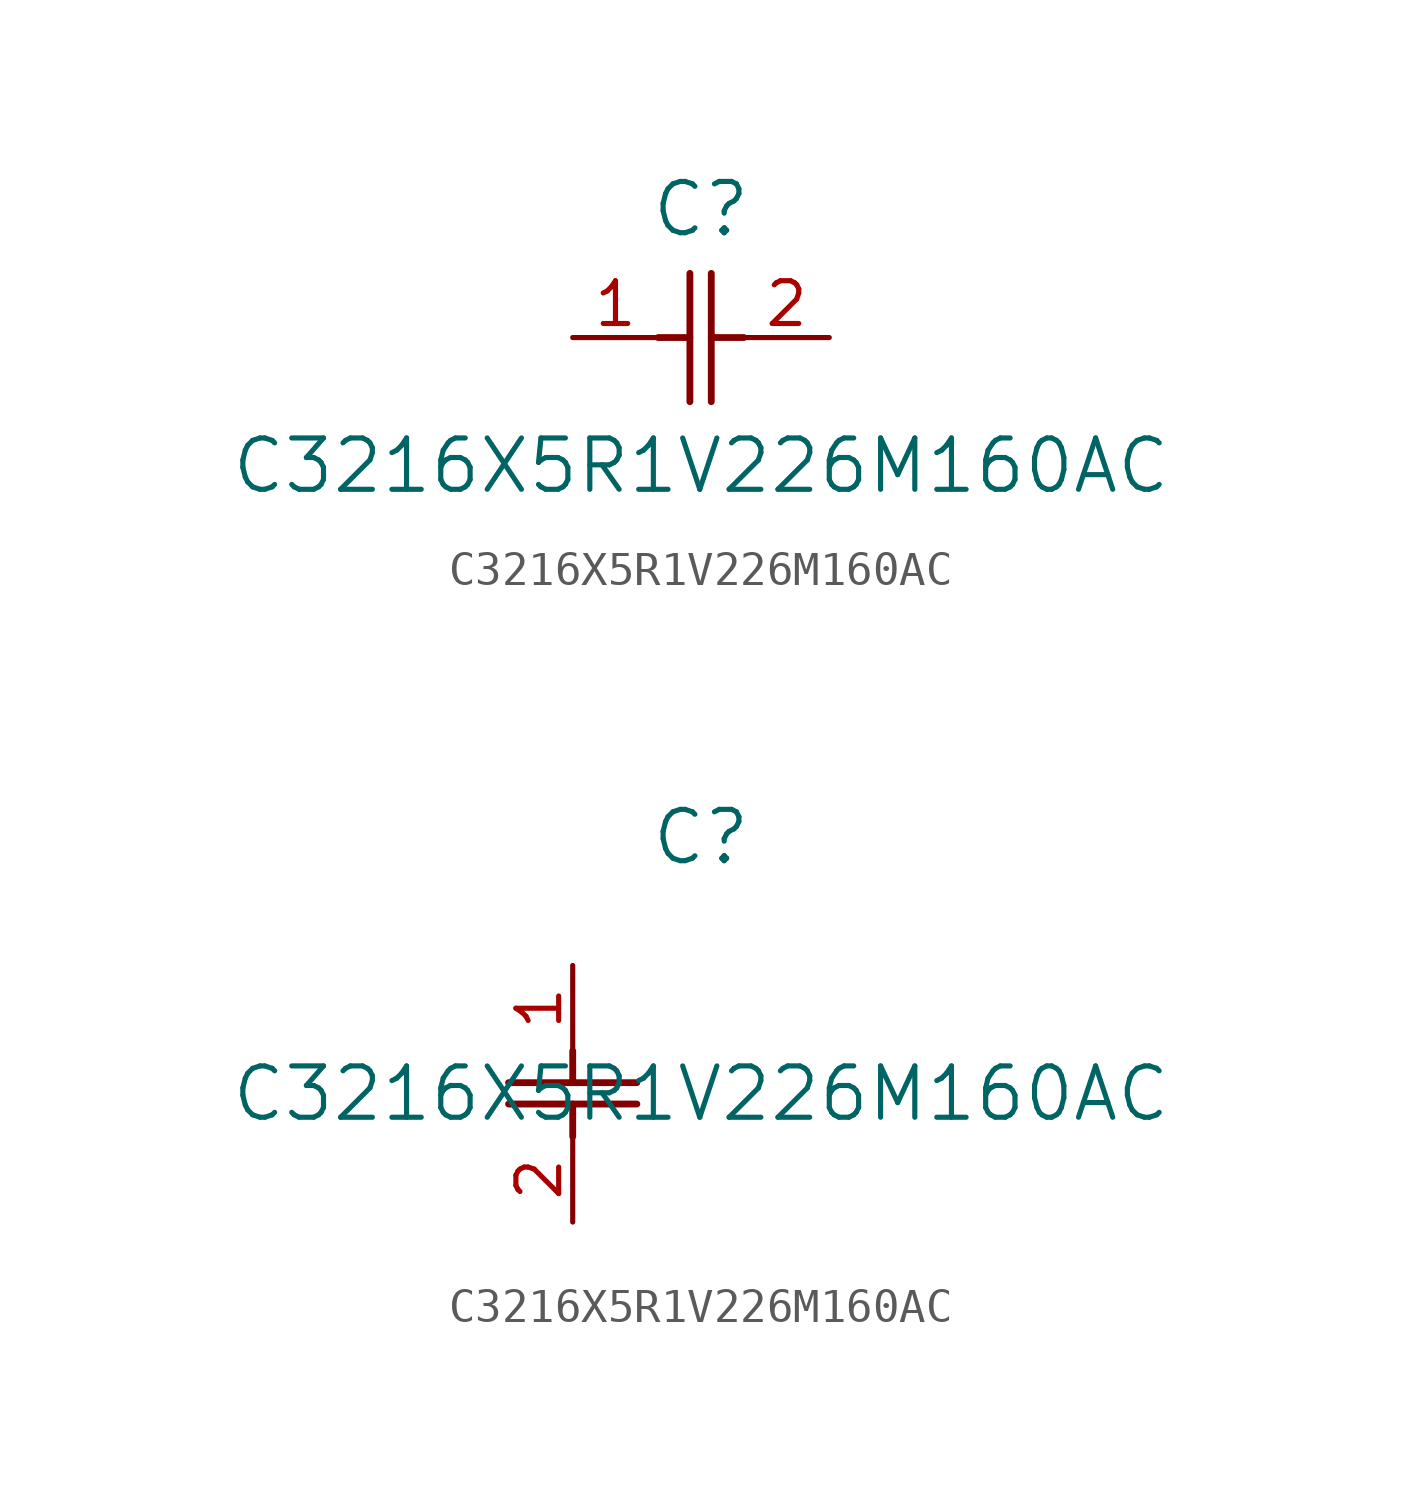
<source format=kicad_sym>
(kicad_symbol_lib
  (version 20211014)
  (generator kicad_symbol_editor)
  (symbol "C3216X5R1V226M160AC"
    (pin_names
      (offset 0.254))
    (property "Reference" "C"
      (at 3.81 3.81 0)
      (effects (font (size 1.524 1.524))))
    (property "Value" "C3216X5R1V226M160AC"
      (at 3.81 -3.81 0)
      (effects (font (size 1.524 1.524))))
    (symbol "C3216X5R1V226M160AC_1_1"
      (polyline (pts (xy 3.48 -1.905) (xy 3.48 1.905)) (stroke (width 0.203) (type default) (color 0 0 0 0)) (fill (type none)))
      (polyline (pts (xy 4.115 -1.905) (xy 4.115 1.905)) (stroke (width 0.203) (type default) (color 0 0 0 0)) (fill (type none)))
      (polyline (pts (xy 4.115 0) (xy 5.08 0)) (stroke (width 0.203) (type default) (color 0 0 0 0)) (fill (type none)))
      (polyline (pts (xy 2.54 0) (xy 3.48 0)) (stroke (width 0.203) (type default) (color 0 0 0 0)) (fill (type none)))
      (pin unspecified line (at 0 0 0) (length 2.54) (name "" (effects (font (size 1.27 1.27)))) (number "1" (effects (font (size 1.27 1.27)))))
      (pin unspecified line (at 7.62 0 180) (length 2.54) (name "" (effects (font (size 1.27 1.27)))) (number "2" (effects (font (size 1.27 1.27))))))
    (symbol "C3216X5R1V226M160AC_1_2"
      (polyline (pts (xy -1.905 -3.48) (xy 1.905 -3.48)) (stroke (width 0.203) (type default) (color 0 0 0 0)) (fill (type none)))
      (polyline (pts (xy -1.905 -4.115) (xy 1.905 -4.115)) (stroke (width 0.203) (type default) (color 0 0 0 0)) (fill (type none)))
      (polyline (pts (xy 0 -4.115) (xy 0 -5.08)) (stroke (width 0.203) (type default) (color 0 0 0 0)) (fill (type none)))
      (polyline (pts (xy 0 -2.54) (xy 0 -3.48)) (stroke (width 0.203) (type default) (color 0 0 0 0)) (fill (type none)))
      (pin unspecified line (at 0 0 270) (length 2.54) (name "" (effects (font (size 1.27 1.27)))) (number "1" (effects (font (size 1.27 1.27)))))
      (pin unspecified line (at 0 -7.62 90) (length 2.54) (name "" (effects (font (size 1.27 1.27)))) (number "2" (effects (font (size 1.27 1.27))))))))
</source>
